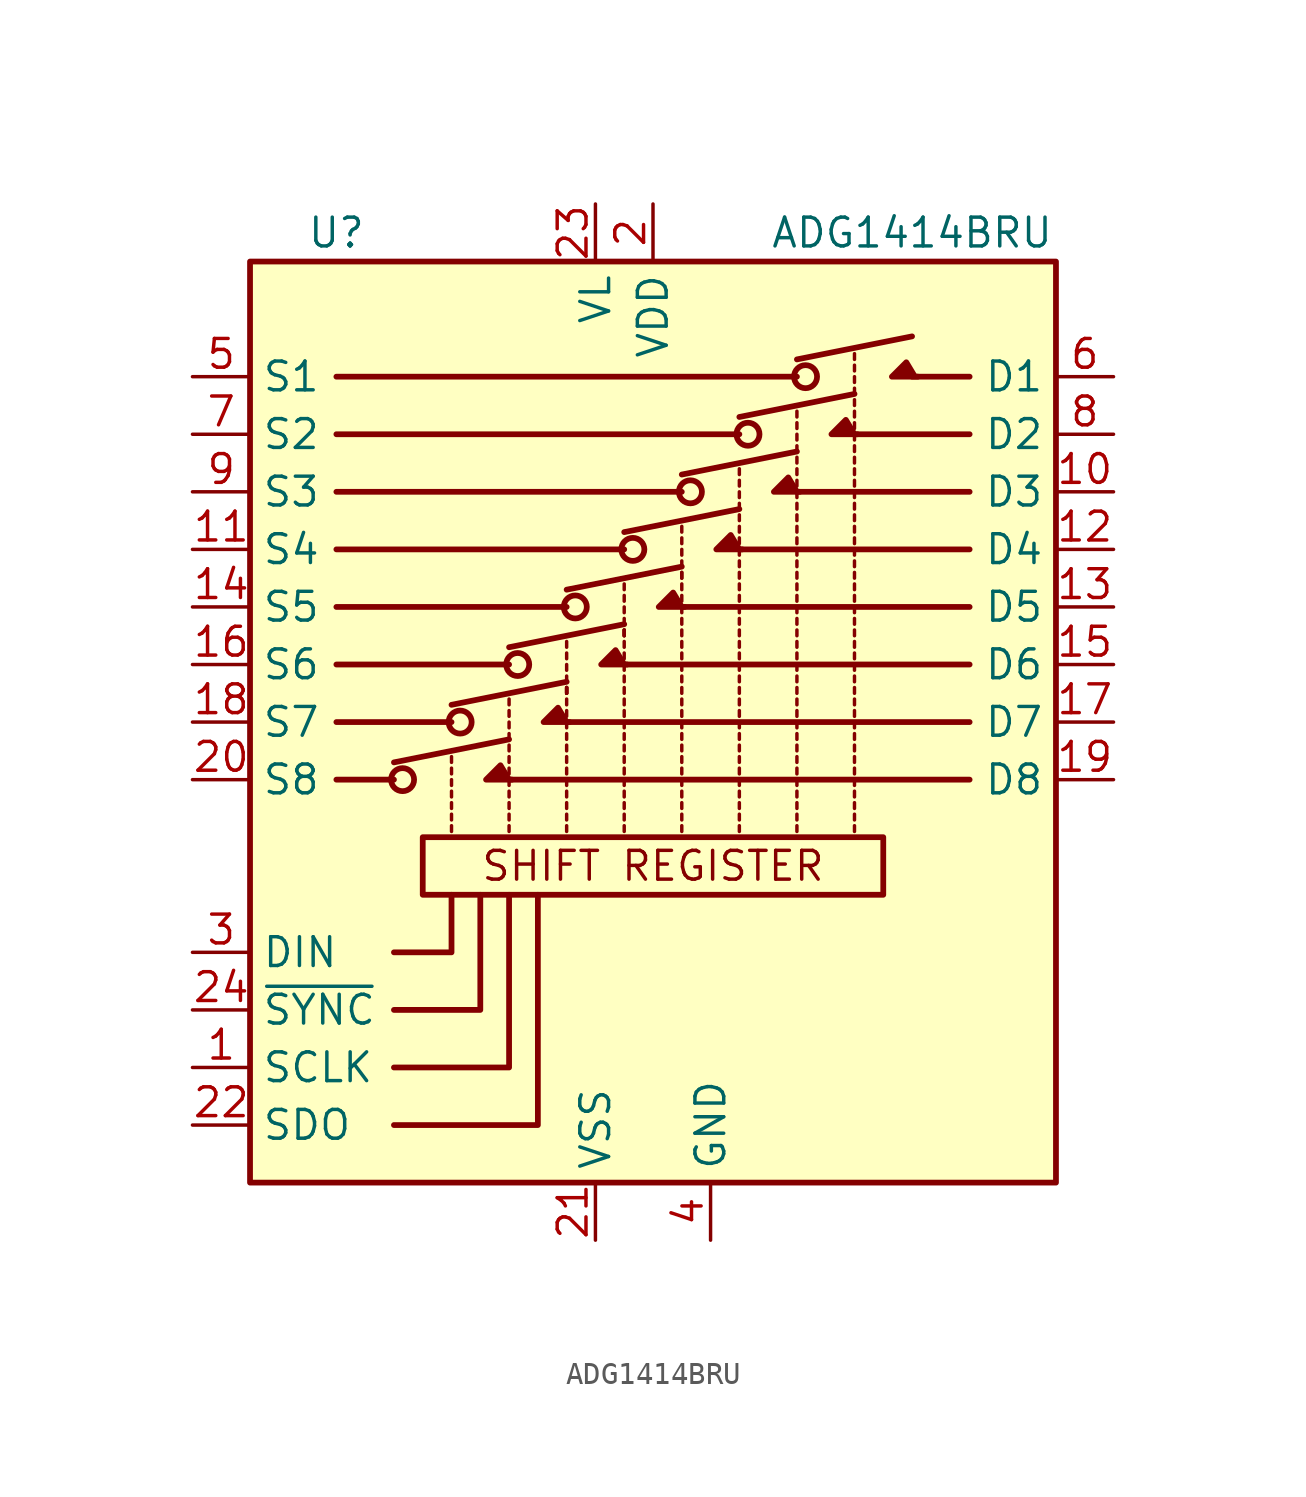
<source format=kicad_sym>
(kicad_symbol_lib
  (version 20201005)
  (generator kicad_symbol_editor)
  (symbol "ADG1414BRU"
    (property "Reference" "U"
      (at -13.97 21.59 0)
      (effects (font (size 1.27 1.27))))
    (property "Value" "ADG1414BRU"
      (at 11.43 21.59 0)
      (effects (font (size 1.27 1.27))))
    (symbol "ADG1414BRU_1_0"
      (text "SHIFT REGISTER" (at 0 -6.35 0) (effects (font (size 1.27 1.27))))
      (polyline (pts (xy -11.43 -17.78) (xy -5.08 -17.78) (xy -5.08 -7.62)) (stroke (width 0.254)) (fill (type none)))
      (polyline (pts (xy -11.43 -15.24) (xy -6.35 -15.24) (xy -6.35 -7.62)) (stroke (width 0.254)) (fill (type none)))
      (polyline (pts (xy -11.43 -10.16) (xy -8.89 -10.16) (xy -8.89 -7.62)) (stroke (width 0.254)) (fill (type none)))
      (polyline (pts (xy -11.43 -12.7) (xy -7.62 -12.7) (xy -7.62 -10.16) (xy -7.62 -7.62)) (stroke (width 0.254)) (fill (type none)))
      (polyline (pts (xy -6.223 -2.54) (xy -7.366 -2.54) (xy -6.731 -1.905) (xy -6.35 -2.54)) (stroke (width 0.254)) (fill (type outline)))
      (polyline (pts (xy -3.683 0) (xy -4.826 0) (xy -4.191 0.635) (xy -3.81 0)) (stroke (width 0.254)) (fill (type outline)))
      (polyline (pts (xy -1.143 2.54) (xy -2.286 2.54) (xy -1.651 3.175) (xy -1.27 2.54)) (stroke (width 0.254)) (fill (type outline)))
      (polyline (pts (xy 1.397 5.08) (xy 0.254 5.08) (xy 0.889 5.715) (xy 1.27 5.08)) (stroke (width 0.254)) (fill (type outline)))
      (polyline (pts (xy 3.937 7.62) (xy 2.794 7.62) (xy 3.429 8.255) (xy 3.81 7.62)) (stroke (width 0.254)) (fill (type outline)))
      (polyline (pts (xy 6.477 10.16) (xy 5.334 10.16) (xy 5.969 10.795) (xy 6.35 10.16)) (stroke (width 0.254)) (fill (type outline)))
      (polyline (pts (xy 9.017 12.7) (xy 7.874 12.7) (xy 8.509 13.335) (xy 8.89 12.7)) (stroke (width 0.254)) (fill (type outline)))
      (polyline (pts (xy 11.684 15.24) (xy 10.541 15.24) (xy 11.176 15.875) (xy 11.557 15.24)) (stroke (width 0.254)) (fill (type outline))))
    (symbol "ADG1414BRU_1_1"
      (circle (center -11.049 -2.54) (radius 0.508) (stroke (width 0.254)) (fill (type none)))
      (circle (center -8.509 0) (radius 0.508) (stroke (width 0.254)) (fill (type none)))
      (circle (center -5.969 2.54) (radius 0.508) (stroke (width 0.254)) (fill (type none)))
      (circle (center -3.429 5.08) (radius 0.508) (stroke (width 0.254)) (fill (type none)))
      (circle (center -0.889 7.62) (radius 0.508) (stroke (width 0.254)) (fill (type none)))
      (circle (center 1.651 10.16) (radius 0.508) (stroke (width 0.254)) (fill (type none)))
      (circle (center 4.191 12.7) (radius 0.508) (stroke (width 0.254)) (fill (type none)))
      (circle (center 6.731 15.24) (radius 0.508) (stroke (width 0.254)) (fill (type none)))
      (rectangle (start -17.78 -20.32) (end 17.78 20.32) (stroke (width 0.254)) (fill (type background)))
      (rectangle (start -10.16 -5.08) (end 10.16 -7.62) (stroke (width 0.254)) (fill (type none)))
      (polyline (pts (xy -11.43 -2.54) (xy -13.97 -2.54)) (stroke (width 0.254)) (fill (type none)))
      (polyline (pts (xy -11.43 -1.778) (xy -6.35 -0.762)) (stroke (width 0.254)) (fill (type none)))
      (polyline (pts (xy -8.89 -4.826) (xy -8.89 -4.572)) (stroke (width 0)) (fill (type none)))
      (polyline (pts (xy -8.89 -4.318) (xy -8.89 -4.064)) (stroke (width 0)) (fill (type none)))
      (polyline (pts (xy -8.89 -3.81) (xy -8.89 -3.556)) (stroke (width 0)) (fill (type none)))
      (polyline (pts (xy -8.89 -3.302) (xy -8.89 -3.048)) (stroke (width 0)) (fill (type none)))
      (polyline (pts (xy -8.89 -2.794) (xy -8.89 -2.54)) (stroke (width 0)) (fill (type none)))
      (polyline (pts (xy -8.89 -2.286) (xy -8.89 -2.032)) (stroke (width 0)) (fill (type none)))
      (polyline (pts (xy -8.89 -1.778) (xy -8.89 -1.524)) (stroke (width 0)) (fill (type none)))
      (polyline (pts (xy -8.89 0) (xy -13.97 0)) (stroke (width 0.254)) (fill (type none)))
      (polyline (pts (xy -8.89 0.762) (xy -3.81 1.778)) (stroke (width 0.254)) (fill (type none)))
      (polyline (pts (xy -6.35 -4.826) (xy -6.35 -4.572)) (stroke (width 0)) (fill (type none)))
      (polyline (pts (xy -6.35 -4.318) (xy -6.35 -4.064)) (stroke (width 0)) (fill (type none)))
      (polyline (pts (xy -6.35 -3.81) (xy -6.35 -3.556)) (stroke (width 0)) (fill (type none)))
      (polyline (pts (xy -6.35 -3.302) (xy -6.35 -3.048)) (stroke (width 0)) (fill (type none)))
      (polyline (pts (xy -6.35 -2.794) (xy -6.35 -2.54)) (stroke (width 0)) (fill (type none)))
      (polyline (pts (xy -6.35 -2.54) (xy 13.97 -2.54)) (stroke (width 0.254)) (fill (type none)))
      (polyline (pts (xy -6.35 -2.286) (xy -6.35 -2.032)) (stroke (width 0)) (fill (type none)))
      (polyline (pts (xy -6.35 -1.778) (xy -6.35 -1.524)) (stroke (width 0)) (fill (type none)))
      (polyline (pts (xy -6.35 -1.27) (xy -6.35 -1.016)) (stroke (width 0)) (fill (type none)))
      (polyline (pts (xy -6.35 -0.762) (xy -6.35 -0.508)) (stroke (width 0)) (fill (type none)))
      (polyline (pts (xy -6.35 -0.254) (xy -6.35 0)) (stroke (width 0)) (fill (type none)))
      (polyline (pts (xy -6.35 0.254) (xy -6.35 0.508)) (stroke (width 0)) (fill (type none)))
      (polyline (pts (xy -6.35 0.762) (xy -6.35 1.016)) (stroke (width 0)) (fill (type none)))
      (polyline (pts (xy -6.35 2.54) (xy -13.97 2.54)) (stroke (width 0.254)) (fill (type none)))
      (polyline (pts (xy -6.35 3.302) (xy -1.27 4.318)) (stroke (width 0.254)) (fill (type none)))
      (polyline (pts (xy -3.81 -4.826) (xy -3.81 -4.572)) (stroke (width 0)) (fill (type none)))
      (polyline (pts (xy -3.81 -4.318) (xy -3.81 -4.064)) (stroke (width 0)) (fill (type none)))
      (polyline (pts (xy -3.81 -3.81) (xy -3.81 -3.556)) (stroke (width 0)) (fill (type none)))
      (polyline (pts (xy -3.81 -3.302) (xy -3.81 -3.048)) (stroke (width 0)) (fill (type none)))
      (polyline (pts (xy -3.81 -2.794) (xy -3.81 -2.54)) (stroke (width 0)) (fill (type none)))
      (polyline (pts (xy -3.81 -2.286) (xy -3.81 -2.032)) (stroke (width 0)) (fill (type none)))
      (polyline (pts (xy -3.81 -1.778) (xy -3.81 -1.524)) (stroke (width 0)) (fill (type none)))
      (polyline (pts (xy -3.81 -1.27) (xy -3.81 -1.016)) (stroke (width 0)) (fill (type none)))
      (polyline (pts (xy -3.81 -0.762) (xy -3.81 -0.508)) (stroke (width 0)) (fill (type none)))
      (polyline (pts (xy -3.81 -0.254) (xy -3.81 0)) (stroke (width 0)) (fill (type none)))
      (polyline (pts (xy -3.81 0) (xy 13.97 0)) (stroke (width 0.254)) (fill (type none)))
      (polyline (pts (xy -3.81 0.254) (xy -3.81 0.508)) (stroke (width 0)) (fill (type none)))
      (polyline (pts (xy -3.81 0.762) (xy -3.81 1.016)) (stroke (width 0)) (fill (type none)))
      (polyline (pts (xy -3.81 1.27) (xy -3.81 1.524)) (stroke (width 0)) (fill (type none)))
      (polyline (pts (xy -3.81 1.27) (xy -3.81 1.524)) (stroke (width 0)) (fill (type none)))
      (polyline (pts (xy -3.81 1.27) (xy -3.81 1.524)) (stroke (width 0)) (fill (type none)))
      (polyline (pts (xy -3.81 1.27) (xy -3.81 1.524)) (stroke (width 0)) (fill (type none)))
      (polyline (pts (xy -3.81 1.778) (xy -3.81 2.032)) (stroke (width 0)) (fill (type none)))
      (polyline (pts (xy -3.81 2.286) (xy -3.81 2.54)) (stroke (width 0)) (fill (type none)))
      (polyline (pts (xy -3.81 2.794) (xy -3.81 3.048)) (stroke (width 0)) (fill (type none)))
      (polyline (pts (xy -3.81 3.302) (xy -3.81 3.556)) (stroke (width 0)) (fill (type none)))
      (polyline (pts (xy -3.81 5.08) (xy -13.97 5.08)) (stroke (width 0.254)) (fill (type none)))
      (polyline (pts (xy -3.81 5.842) (xy 1.27 6.858)) (stroke (width 0.254)) (fill (type none)))
      (polyline (pts (xy -1.27 -4.826) (xy -1.27 -4.572)) (stroke (width 0)) (fill (type none)))
      (polyline (pts (xy -1.27 -4.318) (xy -1.27 -4.064)) (stroke (width 0)) (fill (type none)))
      (polyline (pts (xy -1.27 -3.81) (xy -1.27 -3.556)) (stroke (width 0)) (fill (type none)))
      (polyline (pts (xy -1.27 -3.302) (xy -1.27 -3.048)) (stroke (width 0)) (fill (type none)))
      (polyline (pts (xy -1.27 -2.794) (xy -1.27 -2.54)) (stroke (width 0)) (fill (type none)))
      (polyline (pts (xy -1.27 -2.286) (xy -1.27 -2.032)) (stroke (width 0)) (fill (type none)))
      (polyline (pts (xy -1.27 -1.778) (xy -1.27 -1.524)) (stroke (width 0)) (fill (type none)))
      (polyline (pts (xy -1.27 -1.27) (xy -1.27 -1.016)) (stroke (width 0)) (fill (type none)))
      (polyline (pts (xy -1.27 -0.762) (xy -1.27 -0.508)) (stroke (width 0)) (fill (type none)))
      (polyline (pts (xy -1.27 -0.254) (xy -1.27 0)) (stroke (width 0)) (fill (type none)))
      (polyline (pts (xy -1.27 0.254) (xy -1.27 0.508)) (stroke (width 0)) (fill (type none)))
      (polyline (pts (xy -1.27 0.762) (xy -1.27 1.016)) (stroke (width 0)) (fill (type none)))
      (polyline (pts (xy -1.27 1.27) (xy -1.27 1.524)) (stroke (width 0)) (fill (type none)))
      (polyline (pts (xy -1.27 1.778) (xy -1.27 2.032)) (stroke (width 0)) (fill (type none)))
      (polyline (pts (xy -1.27 2.286) (xy -1.27 2.54)) (stroke (width 0)) (fill (type none)))
      (polyline (pts (xy -1.27 2.54) (xy 13.97 2.54)) (stroke (width 0.254)) (fill (type none)))
      (polyline (pts (xy -1.27 2.794) (xy -1.27 3.048)) (stroke (width 0)) (fill (type none)))
      (polyline (pts (xy -1.27 3.302) (xy -1.27 3.556)) (stroke (width 0)) (fill (type none)))
      (polyline (pts (xy -1.27 3.81) (xy -1.27 4.064)) (stroke (width 0)) (fill (type none)))
      (polyline (pts (xy -1.27 3.81) (xy -1.27 4.064)) (stroke (width 0)) (fill (type none)))
      (polyline (pts (xy -1.27 3.81) (xy -1.27 4.064)) (stroke (width 0)) (fill (type none)))
      (polyline (pts (xy -1.27 4.318) (xy -1.27 4.572)) (stroke (width 0)) (fill (type none)))
      (polyline (pts (xy -1.27 4.826) (xy -1.27 5.08)) (stroke (width 0)) (fill (type none)))
      (polyline (pts (xy -1.27 5.334) (xy -1.27 5.588)) (stroke (width 0)) (fill (type none)))
      (polyline (pts (xy -1.27 5.842) (xy -1.27 6.096)) (stroke (width 0)) (fill (type none)))
      (polyline (pts (xy -1.27 7.62) (xy -13.97 7.62)) (stroke (width 0.254)) (fill (type none)))
      (polyline (pts (xy -1.27 8.382) (xy 3.81 9.398)) (stroke (width 0.254)) (fill (type none)))
      (polyline (pts (xy 1.27 -4.826) (xy 1.27 -4.572)) (stroke (width 0)) (fill (type none)))
      (polyline (pts (xy 1.27 -4.318) (xy 1.27 -4.064)) (stroke (width 0)) (fill (type none)))
      (polyline (pts (xy 1.27 -3.81) (xy 1.27 -3.556)) (stroke (width 0)) (fill (type none)))
      (polyline (pts (xy 1.27 -3.302) (xy 1.27 -3.048)) (stroke (width 0)) (fill (type none)))
      (polyline (pts (xy 1.27 -2.794) (xy 1.27 -2.54)) (stroke (width 0)) (fill (type none)))
      (polyline (pts (xy 1.27 -2.286) (xy 1.27 -2.032)) (stroke (width 0)) (fill (type none)))
      (polyline (pts (xy 1.27 -1.778) (xy 1.27 -1.524)) (stroke (width 0)) (fill (type none)))
      (polyline (pts (xy 1.27 -1.27) (xy 1.27 -1.016)) (stroke (width 0)) (fill (type none)))
      (polyline (pts (xy 1.27 -0.762) (xy 1.27 -0.508)) (stroke (width 0)) (fill (type none)))
      (polyline (pts (xy 1.27 -0.254) (xy 1.27 0)) (stroke (width 0)) (fill (type none)))
      (polyline (pts (xy 1.27 0.254) (xy 1.27 0.508)) (stroke (width 0)) (fill (type none)))
      (polyline (pts (xy 1.27 0.762) (xy 1.27 1.016)) (stroke (width 0)) (fill (type none)))
      (polyline (pts (xy 1.27 1.27) (xy 1.27 1.524)) (stroke (width 0)) (fill (type none)))
      (polyline (pts (xy 1.27 1.778) (xy 1.27 2.032)) (stroke (width 0)) (fill (type none)))
      (polyline (pts (xy 1.27 2.286) (xy 1.27 2.54)) (stroke (width 0)) (fill (type none)))
      (polyline (pts (xy 1.27 2.794) (xy 1.27 3.048)) (stroke (width 0)) (fill (type none)))
      (polyline (pts (xy 1.27 3.302) (xy 1.27 3.556)) (stroke (width 0)) (fill (type none)))
      (polyline (pts (xy 1.27 3.81) (xy 1.27 4.064)) (stroke (width 0)) (fill (type none)))
      (polyline (pts (xy 1.27 4.318) (xy 1.27 4.572)) (stroke (width 0)) (fill (type none)))
      (polyline (pts (xy 1.27 4.826) (xy 1.27 5.08)) (stroke (width 0)) (fill (type none)))
      (polyline (pts (xy 1.27 5.08) (xy 13.97 5.08)) (stroke (width 0.254)) (fill (type none)))
      (polyline (pts (xy 1.27 5.334) (xy 1.27 5.588)) (stroke (width 0)) (fill (type none)))
      (polyline (pts (xy 1.27 5.842) (xy 1.27 6.096)) (stroke (width 0)) (fill (type none)))
      (polyline (pts (xy 1.27 6.35) (xy 1.27 6.604)) (stroke (width 0)) (fill (type none)))
      (polyline (pts (xy 1.27 6.35) (xy 1.27 6.604)) (stroke (width 0)) (fill (type none)))
      (polyline (pts (xy 1.27 6.858) (xy 1.27 7.112)) (stroke (width 0)) (fill (type none)))
      (polyline (pts (xy 1.27 7.366) (xy 1.27 7.62)) (stroke (width 0)) (fill (type none)))
      (polyline (pts (xy 1.27 7.874) (xy 1.27 8.128)) (stroke (width 0)) (fill (type none)))
      (polyline (pts (xy 1.27 8.382) (xy 1.27 8.636)) (stroke (width 0)) (fill (type none)))
      (polyline (pts (xy 1.27 10.16) (xy -13.97 10.16)) (stroke (width 0.254)) (fill (type none)))
      (polyline (pts (xy 1.27 10.922) (xy 6.35 11.938)) (stroke (width 0.254)) (fill (type none)))
      (polyline (pts (xy 3.81 -4.826) (xy 3.81 -4.572)) (stroke (width 0)) (fill (type none)))
      (polyline (pts (xy 3.81 -4.318) (xy 3.81 -4.064)) (stroke (width 0)) (fill (type none)))
      (polyline (pts (xy 3.81 -3.81) (xy 3.81 -3.556)) (stroke (width 0)) (fill (type none)))
      (polyline (pts (xy 3.81 -3.302) (xy 3.81 -3.048)) (stroke (width 0)) (fill (type none)))
      (polyline (pts (xy 3.81 -2.794) (xy 3.81 -2.54)) (stroke (width 0)) (fill (type none)))
      (polyline (pts (xy 3.81 -2.286) (xy 3.81 -2.032)) (stroke (width 0)) (fill (type none)))
      (polyline (pts (xy 3.81 -1.778) (xy 3.81 -1.524)) (stroke (width 0)) (fill (type none)))
      (polyline (pts (xy 3.81 -1.27) (xy 3.81 -1.016)) (stroke (width 0)) (fill (type none)))
      (polyline (pts (xy 3.81 -0.762) (xy 3.81 -0.508)) (stroke (width 0)) (fill (type none)))
      (polyline (pts (xy 3.81 -0.254) (xy 3.81 0)) (stroke (width 0)) (fill (type none)))
      (polyline (pts (xy 3.81 0.254) (xy 3.81 0.508)) (stroke (width 0)) (fill (type none)))
      (polyline (pts (xy 3.81 0.762) (xy 3.81 1.016)) (stroke (width 0)) (fill (type none)))
      (polyline (pts (xy 3.81 1.27) (xy 3.81 1.524)) (stroke (width 0)) (fill (type none)))
      (polyline (pts (xy 3.81 1.778) (xy 3.81 2.032)) (stroke (width 0)) (fill (type none)))
      (polyline (pts (xy 3.81 2.286) (xy 3.81 2.54)) (stroke (width 0)) (fill (type none)))
      (polyline (pts (xy 3.81 2.794) (xy 3.81 3.048)) (stroke (width 0)) (fill (type none)))
      (polyline (pts (xy 3.81 3.302) (xy 3.81 3.556)) (stroke (width 0)) (fill (type none)))
      (polyline (pts (xy 3.81 3.81) (xy 3.81 4.064)) (stroke (width 0)) (fill (type none)))
      (polyline (pts (xy 3.81 4.318) (xy 3.81 4.572)) (stroke (width 0)) (fill (type none)))
      (polyline (pts (xy 3.81 4.826) (xy 3.81 5.08)) (stroke (width 0)) (fill (type none)))
      (polyline (pts (xy 3.81 5.334) (xy 3.81 5.588)) (stroke (width 0)) (fill (type none)))
      (polyline (pts (xy 3.81 5.842) (xy 3.81 6.096)) (stroke (width 0)) (fill (type none)))
      (polyline (pts (xy 3.81 6.35) (xy 3.81 6.604)) (stroke (width 0)) (fill (type none)))
      (polyline (pts (xy 3.81 6.858) (xy 3.81 7.112)) (stroke (width 0)) (fill (type none)))
      (polyline (pts (xy 3.81 7.366) (xy 3.81 7.62)) (stroke (width 0)) (fill (type none)))
      (polyline (pts (xy 3.81 7.62) (xy 13.97 7.62)) (stroke (width 0.254)) (fill (type none)))
      (polyline (pts (xy 3.81 7.874) (xy 3.81 8.128)) (stroke (width 0)) (fill (type none)))
      (polyline (pts (xy 3.81 8.382) (xy 3.81 8.636)) (stroke (width 0)) (fill (type none)))
      (polyline (pts (xy 3.81 8.89) (xy 3.81 9.144)) (stroke (width 0)) (fill (type none)))
      (polyline (pts (xy 3.81 9.398) (xy 3.81 9.652)) (stroke (width 0)) (fill (type none)))
      (polyline (pts (xy 3.81 9.906) (xy 3.81 10.16)) (stroke (width 0)) (fill (type none)))
      (polyline (pts (xy 3.81 10.414) (xy 3.81 10.668)) (stroke (width 0)) (fill (type none)))
      (polyline (pts (xy 3.81 10.922) (xy 3.81 11.176)) (stroke (width 0)) (fill (type none)))
      (polyline (pts (xy 3.81 12.7) (xy -13.97 12.7)) (stroke (width 0.254)) (fill (type none)))
      (polyline (pts (xy 3.81 13.462) (xy 8.89 14.478)) (stroke (width 0.254)) (fill (type none)))
      (polyline (pts (xy 6.35 -4.826) (xy 6.35 -4.572)) (stroke (width 0)) (fill (type none)))
      (polyline (pts (xy 6.35 -4.318) (xy 6.35 -4.064)) (stroke (width 0)) (fill (type none)))
      (polyline (pts (xy 6.35 -3.81) (xy 6.35 -3.556)) (stroke (width 0)) (fill (type none)))
      (polyline (pts (xy 6.35 -3.302) (xy 6.35 -3.048)) (stroke (width 0)) (fill (type none)))
      (polyline (pts (xy 6.35 -2.794) (xy 6.35 -2.54)) (stroke (width 0)) (fill (type none)))
      (polyline (pts (xy 6.35 -2.286) (xy 6.35 -2.032)) (stroke (width 0)) (fill (type none)))
      (polyline (pts (xy 6.35 -1.778) (xy 6.35 -1.524)) (stroke (width 0)) (fill (type none)))
      (polyline (pts (xy 6.35 -1.27) (xy 6.35 -1.016)) (stroke (width 0)) (fill (type none)))
      (polyline (pts (xy 6.35 -0.762) (xy 6.35 -0.508)) (stroke (width 0)) (fill (type none)))
      (polyline (pts (xy 6.35 -0.254) (xy 6.35 0)) (stroke (width 0)) (fill (type none)))
      (polyline (pts (xy 6.35 0.254) (xy 6.35 0.508)) (stroke (width 0)) (fill (type none)))
      (polyline (pts (xy 6.35 0.762) (xy 6.35 1.016)) (stroke (width 0)) (fill (type none)))
      (polyline (pts (xy 6.35 1.27) (xy 6.35 1.524)) (stroke (width 0)) (fill (type none)))
      (polyline (pts (xy 6.35 1.778) (xy 6.35 2.032)) (stroke (width 0)) (fill (type none)))
      (polyline (pts (xy 6.35 2.286) (xy 6.35 2.54)) (stroke (width 0)) (fill (type none)))
      (polyline (pts (xy 6.35 2.794) (xy 6.35 3.048)) (stroke (width 0)) (fill (type none)))
      (polyline (pts (xy 6.35 3.302) (xy 6.35 3.556)) (stroke (width 0)) (fill (type none)))
      (polyline (pts (xy 6.35 3.81) (xy 6.35 4.064)) (stroke (width 0)) (fill (type none)))
      (polyline (pts (xy 6.35 4.318) (xy 6.35 4.572)) (stroke (width 0)) (fill (type none)))
      (polyline (pts (xy 6.35 4.826) (xy 6.35 5.08)) (stroke (width 0)) (fill (type none)))
      (polyline (pts (xy 6.35 5.334) (xy 6.35 5.588)) (stroke (width 0)) (fill (type none)))
      (polyline (pts (xy 6.35 5.842) (xy 6.35 6.096)) (stroke (width 0)) (fill (type none)))
      (polyline (pts (xy 6.35 6.35) (xy 6.35 6.604)) (stroke (width 0)) (fill (type none)))
      (polyline (pts (xy 6.35 6.858) (xy 6.35 7.112)) (stroke (width 0)) (fill (type none)))
      (polyline (pts (xy 6.35 7.366) (xy 6.35 7.62)) (stroke (width 0)) (fill (type none)))
      (polyline (pts (xy 6.35 7.874) (xy 6.35 8.128)) (stroke (width 0)) (fill (type none)))
      (polyline (pts (xy 6.35 8.382) (xy 6.35 8.636)) (stroke (width 0)) (fill (type none)))
      (polyline (pts (xy 6.35 8.89) (xy 6.35 9.144)) (stroke (width 0)) (fill (type none)))
      (polyline (pts (xy 6.35 9.398) (xy 6.35 9.652)) (stroke (width 0)) (fill (type none)))
      (polyline (pts (xy 6.35 9.906) (xy 6.35 10.16)) (stroke (width 0)) (fill (type none)))
      (polyline (pts (xy 6.35 10.16) (xy 13.97 10.16)) (stroke (width 0.254)) (fill (type none)))
      (polyline (pts (xy 6.35 10.414) (xy 6.35 10.668)) (stroke (width 0)) (fill (type none)))
      (polyline (pts (xy 6.35 10.922) (xy 6.35 11.176)) (stroke (width 0)) (fill (type none)))
      (polyline (pts (xy 6.35 11.43) (xy 6.35 11.684)) (stroke (width 0)) (fill (type none)))
      (polyline (pts (xy 6.35 11.938) (xy 6.35 12.192)) (stroke (width 0)) (fill (type none)))
      (polyline (pts (xy 6.35 12.446) (xy 6.35 12.7)) (stroke (width 0)) (fill (type none)))
      (polyline (pts (xy 6.35 12.954) (xy 6.35 13.208)) (stroke (width 0)) (fill (type none)))
      (polyline (pts (xy 6.35 13.462) (xy 6.35 13.716)) (stroke (width 0)) (fill (type none)))
      (polyline (pts (xy 6.35 15.24) (xy -13.97 15.24)) (stroke (width 0.254)) (fill (type none)))
      (polyline (pts (xy 6.35 16.002) (xy 11.43 17.018)) (stroke (width 0.254)) (fill (type none)))
      (polyline (pts (xy 8.89 -4.826) (xy 8.89 -4.572)) (stroke (width 0)) (fill (type none)))
      (polyline (pts (xy 8.89 -4.318) (xy 8.89 -4.064)) (stroke (width 0)) (fill (type none)))
      (polyline (pts (xy 8.89 -3.81) (xy 8.89 -3.556)) (stroke (width 0)) (fill (type none)))
      (polyline (pts (xy 8.89 -3.302) (xy 8.89 -3.048)) (stroke (width 0)) (fill (type none)))
      (polyline (pts (xy 8.89 -2.794) (xy 8.89 -2.54)) (stroke (width 0)) (fill (type none)))
      (polyline (pts (xy 8.89 -2.286) (xy 8.89 -2.032)) (stroke (width 0)) (fill (type none)))
      (polyline (pts (xy 8.89 -1.778) (xy 8.89 -1.524)) (stroke (width 0)) (fill (type none)))
      (polyline (pts (xy 8.89 -1.27) (xy 8.89 -1.016)) (stroke (width 0)) (fill (type none)))
      (polyline (pts (xy 8.89 -0.762) (xy 8.89 -0.508)) (stroke (width 0)) (fill (type none)))
      (polyline (pts (xy 8.89 -0.254) (xy 8.89 0)) (stroke (width 0)) (fill (type none)))
      (polyline (pts (xy 8.89 0.254) (xy 8.89 0.508)) (stroke (width 0)) (fill (type none)))
      (polyline (pts (xy 8.89 0.762) (xy 8.89 1.016)) (stroke (width 0)) (fill (type none)))
      (polyline (pts (xy 8.89 1.27) (xy 8.89 1.524)) (stroke (width 0)) (fill (type none)))
      (polyline (pts (xy 8.89 1.778) (xy 8.89 2.032)) (stroke (width 0)) (fill (type none)))
      (polyline (pts (xy 8.89 2.286) (xy 8.89 2.54)) (stroke (width 0)) (fill (type none)))
      (polyline (pts (xy 8.89 2.794) (xy 8.89 3.048)) (stroke (width 0)) (fill (type none)))
      (polyline (pts (xy 8.89 3.302) (xy 8.89 3.556)) (stroke (width 0)) (fill (type none)))
      (polyline (pts (xy 8.89 3.81) (xy 8.89 4.064)) (stroke (width 0)) (fill (type none)))
      (polyline (pts (xy 8.89 4.318) (xy 8.89 4.572)) (stroke (width 0)) (fill (type none)))
      (polyline (pts (xy 8.89 4.826) (xy 8.89 5.08)) (stroke (width 0)) (fill (type none)))
      (polyline (pts (xy 8.89 5.334) (xy 8.89 5.588)) (stroke (width 0)) (fill (type none)))
      (polyline (pts (xy 8.89 5.842) (xy 8.89 6.096)) (stroke (width 0)) (fill (type none)))
      (polyline (pts (xy 8.89 6.35) (xy 8.89 6.604)) (stroke (width 0)) (fill (type none)))
      (polyline (pts (xy 8.89 6.858) (xy 8.89 7.112)) (stroke (width 0)) (fill (type none)))
      (polyline (pts (xy 8.89 7.366) (xy 8.89 7.62)) (stroke (width 0)) (fill (type none)))
      (polyline (pts (xy 8.89 7.874) (xy 8.89 8.128)) (stroke (width 0)) (fill (type none)))
      (polyline (pts (xy 8.89 8.382) (xy 8.89 8.636)) (stroke (width 0)) (fill (type none)))
      (polyline (pts (xy 8.89 8.89) (xy 8.89 9.144)) (stroke (width 0)) (fill (type none)))
      (polyline (pts (xy 8.89 9.398) (xy 8.89 9.652)) (stroke (width 0)) (fill (type none)))
      (polyline (pts (xy 8.89 9.906) (xy 8.89 10.16)) (stroke (width 0)) (fill (type none)))
      (polyline (pts (xy 8.89 10.414) (xy 8.89 10.668)) (stroke (width 0)) (fill (type none)))
      (polyline (pts (xy 8.89 10.922) (xy 8.89 11.176)) (stroke (width 0)) (fill (type none)))
      (polyline (pts (xy 8.89 11.43) (xy 8.89 11.684)) (stroke (width 0)) (fill (type none)))
      (polyline (pts (xy 8.89 11.938) (xy 8.89 12.192)) (stroke (width 0)) (fill (type none)))
      (polyline (pts (xy 8.89 12.446) (xy 8.89 12.7)) (stroke (width 0)) (fill (type none)))
      (polyline (pts (xy 8.89 12.7) (xy 13.97 12.7)) (stroke (width 0.254)) (fill (type none)))
      (polyline (pts (xy 8.89 12.954) (xy 8.89 13.208)) (stroke (width 0)) (fill (type none)))
      (polyline (pts (xy 8.89 13.462) (xy 8.89 13.716)) (stroke (width 0)) (fill (type none)))
      (polyline (pts (xy 8.89 13.97) (xy 8.89 14.224)) (stroke (width 0)) (fill (type none)))
      (polyline (pts (xy 8.89 14.478) (xy 8.89 14.732)) (stroke (width 0)) (fill (type none)))
      (polyline (pts (xy 8.89 14.986) (xy 8.89 15.24)) (stroke (width 0)) (fill (type none)))
      (polyline (pts (xy 8.89 15.494) (xy 8.89 15.748)) (stroke (width 0)) (fill (type none)))
      (polyline (pts (xy 8.89 16.002) (xy 8.89 16.256)) (stroke (width 0)) (fill (type none)))
      (polyline (pts (xy 11.43 15.24) (xy 13.97 15.24)) (stroke (width 0.254)) (fill (type none)))
      (pin input line (at -20.32 -15.24 0) (length 2.54) (name "SCLK" (effects (font (size 1.27 1.27)))) (number "1" (effects (font (size 1.27 1.27)))))
      (pin passive line (at 20.32 10.16 180) (length 2.54) (name "D3" (effects (font (size 1.27 1.27)))) (number "10" (effects (font (size 1.27 1.27)))))
      (pin passive line (at -20.32 7.62 0) (length 2.54) (name "S4" (effects (font (size 1.27 1.27)))) (number "11" (effects (font (size 1.27 1.27)))))
      (pin passive line (at 20.32 7.62 180) (length 2.54) (name "D4" (effects (font (size 1.27 1.27)))) (number "12" (effects (font (size 1.27 1.27)))))
      (pin passive line (at 20.32 5.08 180) (length 2.54) (name "D5" (effects (font (size 1.27 1.27)))) (number "13" (effects (font (size 1.27 1.27)))))
      (pin passive line (at -20.32 5.08 0) (length 2.54) (name "S5" (effects (font (size 1.27 1.27)))) (number "14" (effects (font (size 1.27 1.27)))))
      (pin passive line (at 20.32 2.54 180) (length 2.54) (name "D6" (effects (font (size 1.27 1.27)))) (number "15" (effects (font (size 1.27 1.27)))))
      (pin passive line (at -20.32 2.54 0) (length 2.54) (name "S6" (effects (font (size 1.27 1.27)))) (number "16" (effects (font (size 1.27 1.27)))))
      (pin passive line (at 20.32 0 180) (length 2.54) (name "D7" (effects (font (size 1.27 1.27)))) (number "17" (effects (font (size 1.27 1.27)))))
      (pin passive line (at -20.32 0 0) (length 2.54) (name "S7" (effects (font (size 1.27 1.27)))) (number "18" (effects (font (size 1.27 1.27)))))
      (pin passive line (at 20.32 -2.54 180) (length 2.54) (name "D8" (effects (font (size 1.27 1.27)))) (number "19" (effects (font (size 1.27 1.27)))))
      (pin power_in line (at 0 22.86 270) (length 2.54) (name "VDD" (effects (font (size 1.27 1.27)))) (number "2" (effects (font (size 1.27 1.27)))))
      (pin passive line (at -20.32 -2.54 0) (length 2.54) (name "S8" (effects (font (size 1.27 1.27)))) (number "20" (effects (font (size 1.27 1.27)))))
      (pin power_in line (at -2.54 -22.86 90) (length 2.54) (name "VSS" (effects (font (size 1.27 1.27)))) (number "21" (effects (font (size 1.27 1.27)))))
      (pin open_collector line (at -20.32 -17.78 0) (length 2.54) (name "SDO" (effects (font (size 1.27 1.27)))) (number "22" (effects (font (size 1.27 1.27)))))
      (pin power_in line (at -2.54 22.86 270) (length 2.54) (name "VL" (effects (font (size 1.27 1.27)))) (number "23" (effects (font (size 1.27 1.27)))))
      (pin input line (at -20.32 -12.7 0) (length 2.54) (name "~SYNC" (effects (font (size 1.27 1.27)))) (number "24" (effects (font (size 1.27 1.27)))))
      (pin input line (at -20.32 -10.16 0) (length 2.54) (name "DIN" (effects (font (size 1.27 1.27)))) (number "3" (effects (font (size 1.27 1.27)))))
      (pin power_in line (at 2.54 -22.86 90) (length 2.54) (name "GND" (effects (font (size 1.27 1.27)))) (number "4" (effects (font (size 1.27 1.27)))))
      (pin passive line (at -20.32 15.24 0) (length 2.54) (name "S1" (effects (font (size 1.27 1.27)))) (number "5" (effects (font (size 1.27 1.27)))))
      (pin passive line (at 20.32 15.24 180) (length 2.54) (name "D1" (effects (font (size 1.27 1.27)))) (number "6" (effects (font (size 1.27 1.27)))))
      (pin passive line (at -20.32 12.7 0) (length 2.54) (name "S2" (effects (font (size 1.27 1.27)))) (number "7" (effects (font (size 1.27 1.27)))))
      (pin passive line (at 20.32 12.7 180) (length 2.54) (name "D2" (effects (font (size 1.27 1.27)))) (number "8" (effects (font (size 1.27 1.27)))))
      (pin passive line (at -20.32 10.16 0) (length 2.54) (name "S3" (effects (font (size 1.27 1.27)))) (number "9" (effects (font (size 1.27 1.27))))))))
</source>
